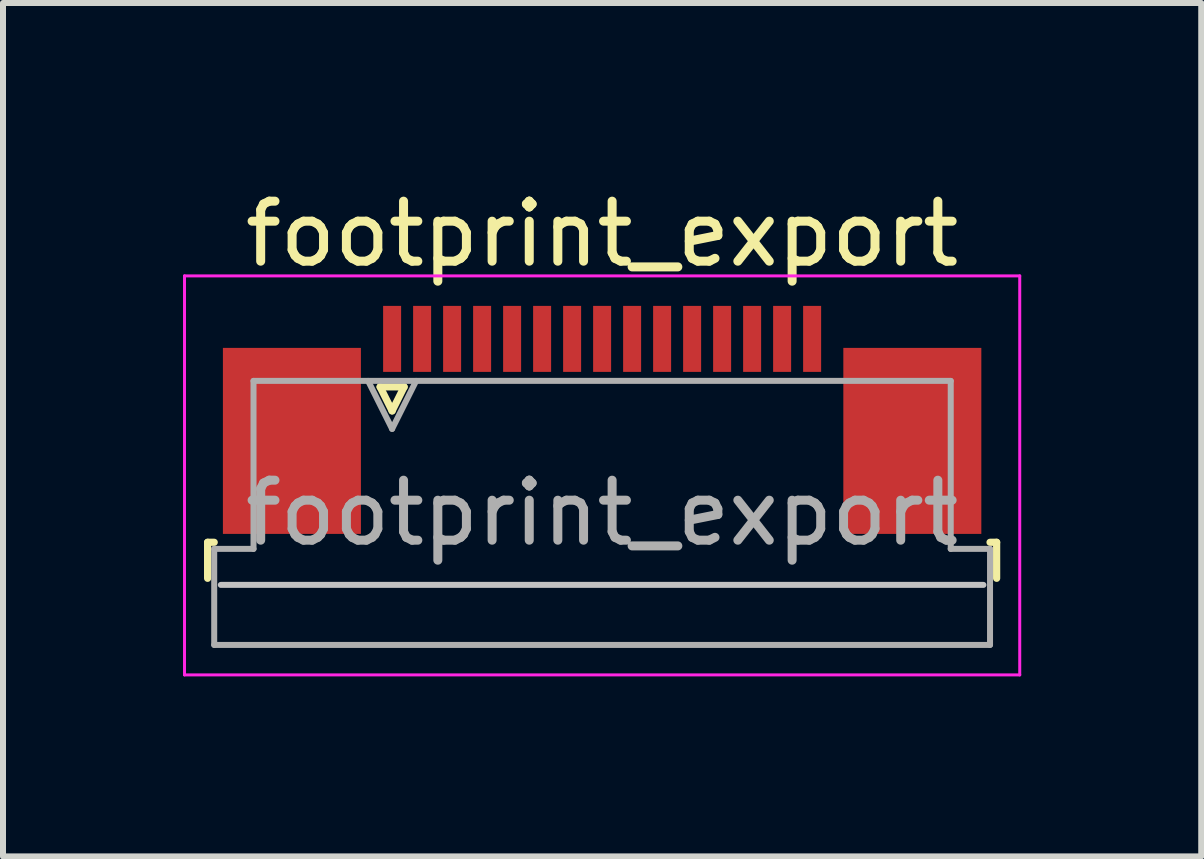
<source format=kicad_pcb>
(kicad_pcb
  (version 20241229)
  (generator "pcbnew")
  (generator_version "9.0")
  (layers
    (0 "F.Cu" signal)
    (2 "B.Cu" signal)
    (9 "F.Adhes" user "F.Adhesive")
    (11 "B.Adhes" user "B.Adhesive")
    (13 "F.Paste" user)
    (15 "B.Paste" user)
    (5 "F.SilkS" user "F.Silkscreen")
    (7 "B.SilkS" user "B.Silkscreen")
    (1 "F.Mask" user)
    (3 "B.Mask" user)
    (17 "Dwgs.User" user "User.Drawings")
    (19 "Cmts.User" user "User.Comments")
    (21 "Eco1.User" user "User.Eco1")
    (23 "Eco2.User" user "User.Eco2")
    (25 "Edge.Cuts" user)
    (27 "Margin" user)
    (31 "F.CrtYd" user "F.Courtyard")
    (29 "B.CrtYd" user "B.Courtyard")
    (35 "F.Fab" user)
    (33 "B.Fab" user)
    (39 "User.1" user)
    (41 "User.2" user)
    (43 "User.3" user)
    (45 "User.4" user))
  (footprint "footprint_export"
    (layer "F.Cu")
    (at 6.985 3.948)
    (property "Reference" "footprint_export" (at 0 -3.1 0) (layer "F.SilkS") (effects (font (size 1 1) (thickness 0.15))))
    (attr smd)
    (fp_line (start -6.575 2.04) (end -6.575 2.64) (stroke (width 0.12) (type solid)) (layer "F.SilkS"))
    (fp_line (start -6.465 2.04) (end -6.575 2.04) (stroke (width 0.12) (type solid)) (layer "F.SilkS"))
    (fp_line (start -3.7 -0.55) (end -3.5 -0.15) (stroke (width 0.12) (type solid)) (layer "F.SilkS"))
    (fp_line (start -3.5 -0.15) (end -3.3 -0.55) (stroke (width 0.12) (type solid)) (layer "F.SilkS"))
    (fp_line (start -3.3 -0.55) (end -3.7 -0.55) (stroke (width 0.12) (type solid)) (layer "F.SilkS"))
    (fp_line (start 6.465 2.04) (end 6.575 2.04) (stroke (width 0.12) (type solid)) (layer "F.SilkS"))
    (fp_line (start 6.575 2.04) (end 6.575 2.64) (stroke (width 0.12) (type solid)) (layer "F.SilkS"))
    (fp_line (start 6.355 2.75) (end -6.355 2.75) (stroke (width 0.1) (type solid)) (layer "Dwgs.User"))
    (fp_line (start -6.96 -2.4) (end -6.96 4.25) (stroke (width 0.05) (type solid)) (layer "F.CrtYd"))
    (fp_line (start -6.96 4.25) (end 6.96 4.25) (stroke (width 0.05) (type solid)) (layer "F.CrtYd"))
    (fp_line (start 6.96 -2.4) (end -6.96 -2.4) (stroke (width 0.05) (type solid)) (layer "F.CrtYd"))
    (fp_line (start 6.96 4.25) (end 6.96 -2.4) (stroke (width 0.05) (type solid)) (layer "F.CrtYd"))
    (fp_line (start -6.465 2.15) (end -5.81 2.15) (stroke (width 0.1) (type solid)) (layer "F.Fab"))
    (fp_line (start -6.465 3.75) (end -6.465 2.15) (stroke (width 0.1) (type solid)) (layer "F.Fab"))
    (fp_line (start -5.81 -0.65) (end 5.81 -0.65) (stroke (width 0.1) (type solid)) (layer "F.Fab"))
    (fp_line (start -5.81 2.15) (end -5.81 -0.65) (stroke (width 0.1) (type solid)) (layer "F.Fab"))
    (fp_line (start -3.9 -0.65) (end -3.5 0.15) (stroke (width 0.1) (type solid)) (layer "F.Fab"))
    (fp_line (start -3.5 0.15) (end -3.1 -0.65) (stroke (width 0.1) (type solid)) (layer "F.Fab"))
    (fp_line (start 5.81 -0.65) (end 5.81 2.15) (stroke (width 0.1) (type solid)) (layer "F.Fab"))
    (fp_line (start 5.81 2.15) (end 6.465 2.15) (stroke (width 0.1) (type solid)) (layer "F.Fab"))
    (fp_line (start 6.465 2.15) (end 6.465 3.75) (stroke (width 0.1) (type solid)) (layer "F.Fab"))
    (fp_line (start 6.465 3.75) (end -6.465 3.75) (stroke (width 0.1) (type solid)) (layer "F.Fab"))
    (fp_text user "${REFERENCE}" (at 0 1.55 0) (layer "F.Fab") (effects (font (size 1 1) (thickness 0.15))))
    (pad "1" smd rect (at -3.5 -1.35) (size 0.3 1.1) (layers "F.Cu" "F.Mask" "F.Paste"))
    (pad "2" smd rect (at -3 -1.35) (size 0.3 1.1) (layers "F.Cu" "F.Mask" "F.Paste"))
    (pad "3" smd rect (at -2.5 -1.35) (size 0.3 1.1) (layers "F.Cu" "F.Mask" "F.Paste"))
    (pad "4" smd rect (at -2 -1.35) (size 0.3 1.1) (layers "F.Cu" "F.Mask" "F.Paste"))
    (pad "5" smd rect (at -1.5 -1.35) (size 0.3 1.1) (layers "F.Cu" "F.Mask" "F.Paste"))
    (pad "6" smd rect (at -1 -1.35) (size 0.3 1.1) (layers "F.Cu" "F.Mask" "F.Paste"))
    (pad "7" smd rect (at -0.5 -1.35) (size 0.3 1.1) (layers "F.Cu" "F.Mask" "F.Paste"))
    (pad "8" smd rect (at 0 -1.35) (size 0.3 1.1) (layers "F.Cu" "F.Mask" "F.Paste"))
    (pad "9" smd rect (at 0.5 -1.35) (size 0.3 1.1) (layers "F.Cu" "F.Mask" "F.Paste"))
    (pad "10" smd rect (at 1 -1.35) (size 0.3 1.1) (layers "F.Cu" "F.Mask" "F.Paste"))
    (pad "11" smd rect (at 1.5 -1.35) (size 0.3 1.1) (layers "F.Cu" "F.Mask" "F.Paste"))
    (pad "12" smd rect (at 2 -1.35) (size 0.3 1.1) (layers "F.Cu" "F.Mask" "F.Paste"))
    (pad "13" smd rect (at 2.5 -1.35) (size 0.3 1.1) (layers "F.Cu" "F.Mask" "F.Paste"))
    (pad "14" smd rect (at 3 -1.35) (size 0.3 1.1) (layers "F.Cu" "F.Mask" "F.Paste"))
    (pad "15" smd rect (at 3.5 -1.35) (size 0.3 1.1) (layers "F.Cu" "F.Mask" "F.Paste"))
    (pad "MP" smd rect (at -5.17 0.35) (size 2.3 3.1) (layers "F.Cu" "F.Mask" "F.Paste"))
    (pad "MP" smd rect (at 5.17 0.35) (size 2.3 3.1) (layers "F.Cu" "F.Mask" "F.Paste")))
  (gr_rect
    (start -3 -3)
    (end 16.97 11.223)
    (stroke (width 0.1) (type default))
    (fill no)
    (layer "Edge.Cuts")))
</source>
